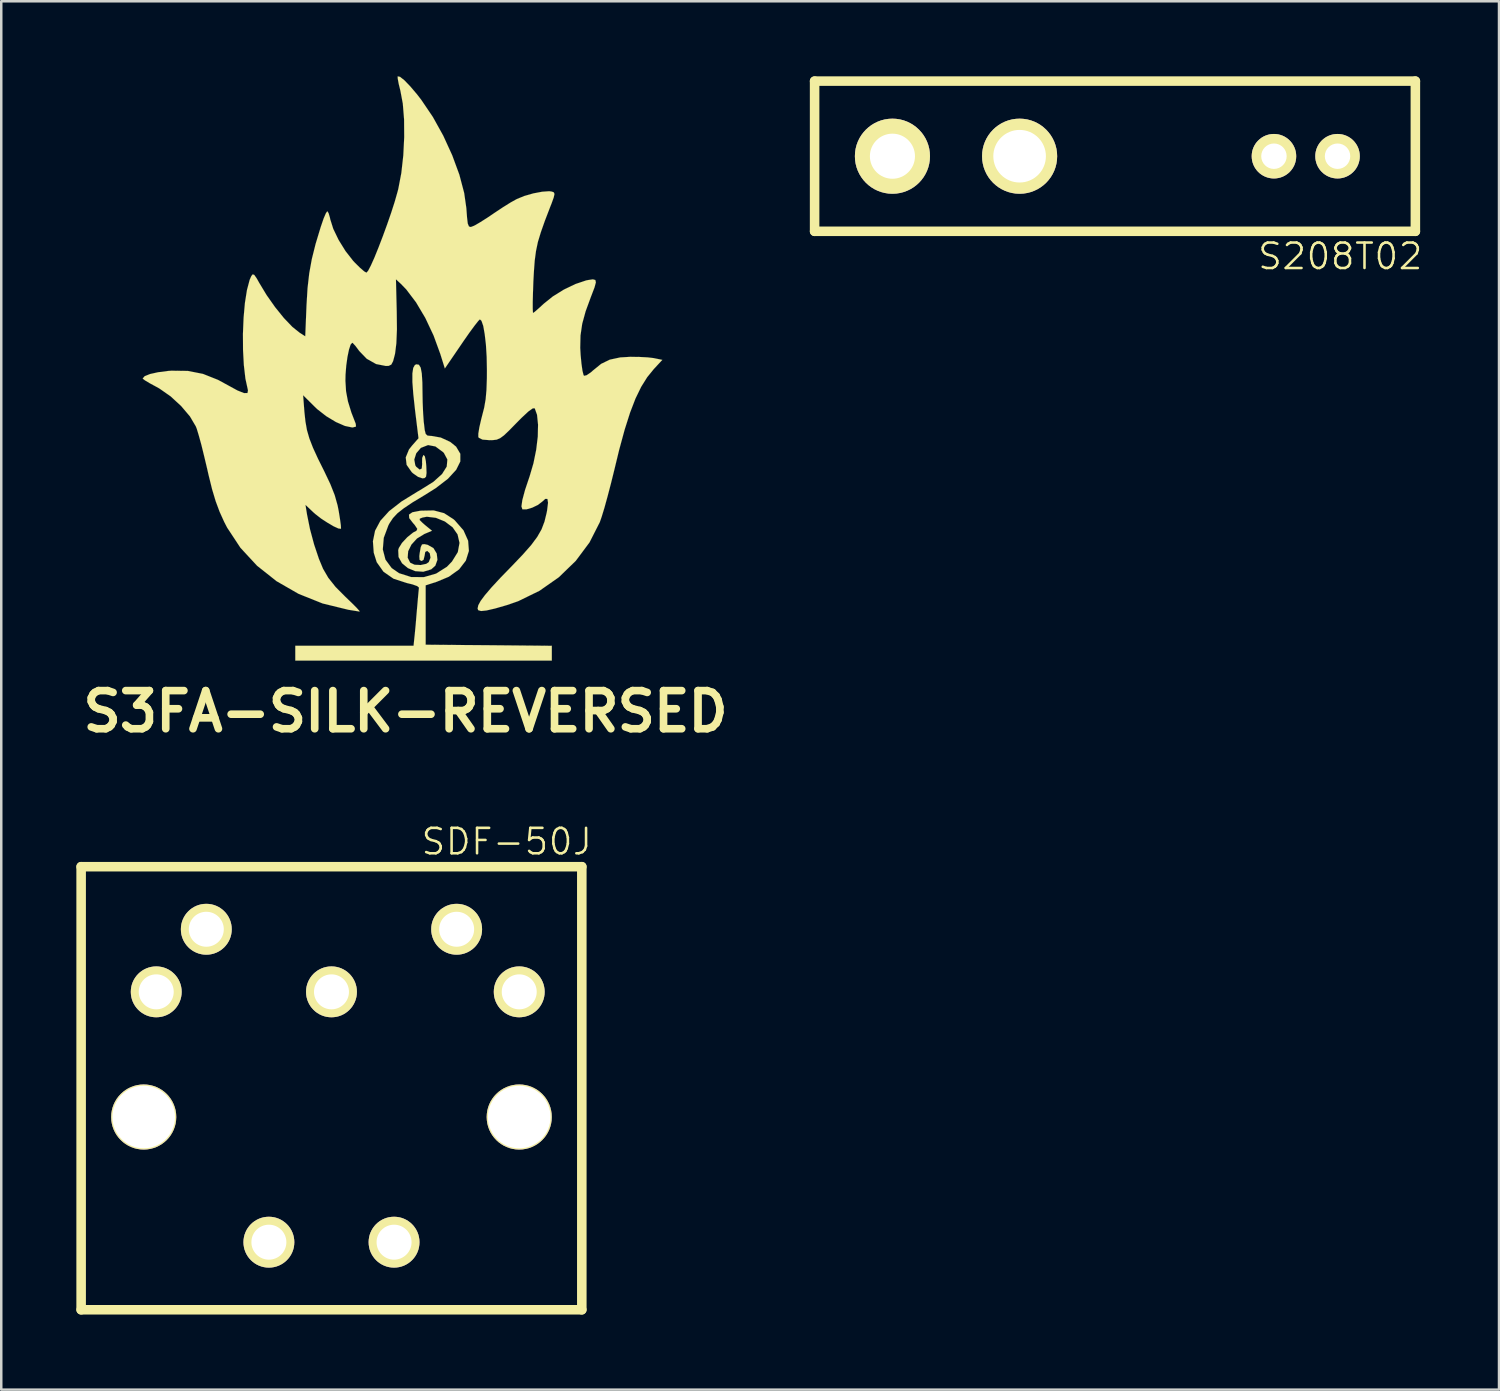
<source format=kicad_pcb>
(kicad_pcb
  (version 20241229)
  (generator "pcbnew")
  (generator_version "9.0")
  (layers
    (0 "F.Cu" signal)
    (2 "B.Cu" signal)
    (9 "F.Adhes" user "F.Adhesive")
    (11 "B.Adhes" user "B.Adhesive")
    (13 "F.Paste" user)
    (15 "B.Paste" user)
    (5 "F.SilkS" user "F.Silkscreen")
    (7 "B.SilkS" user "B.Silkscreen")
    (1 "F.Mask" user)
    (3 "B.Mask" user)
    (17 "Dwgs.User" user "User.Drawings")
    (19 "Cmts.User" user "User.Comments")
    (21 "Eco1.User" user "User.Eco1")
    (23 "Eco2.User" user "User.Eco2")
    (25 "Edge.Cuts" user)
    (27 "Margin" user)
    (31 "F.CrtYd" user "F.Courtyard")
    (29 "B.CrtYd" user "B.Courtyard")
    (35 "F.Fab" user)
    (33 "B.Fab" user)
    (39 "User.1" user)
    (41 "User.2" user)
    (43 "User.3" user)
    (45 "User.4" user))
  (footprint "SDF-50J"
    (layer "F.Cu")
    (at 10.191 40.57)
    (property "Reference" "SDF-50J" (at 7 -10 0) (layer "F.SilkS") (effects (font (size 1.016 1.016) (thickness 0.102))))
    (attr through_hole)
    (fp_line (start -10 -9) (end -10 8.7) (stroke (width 0.381) (type solid)) (layer "F.SilkS"))
    (fp_line (start -10 8.7) (end 10 8.7) (stroke (width 0.381) (type solid)) (layer "F.SilkS"))
    (fp_line (start 10 -9) (end -10 -9) (stroke (width 0.381) (type solid)) (layer "F.SilkS"))
    (fp_line (start 10 8.7) (end 10 -9) (stroke (width 0.381) (type solid)) (layer "F.SilkS"))
    (pad "1" thru_hole circle (at -5 -6.5) (size 2.032 2.032) (drill 1.397) (layers "*.Cu" "*.Mask" "F.SilkS"))
    (pad "2" thru_hole circle (at -7 -4) (size 2.032 2.032) (drill 1.397) (layers "*.Cu" "*.Mask" "F.SilkS"))
    (pad "3" thru_hole circle (at 0 -4) (size 2.032 2.032) (drill 1.397) (layers "*.Cu" "*.Mask" "F.SilkS"))
    (pad "4" thru_hole circle (at 5 -6.5) (size 2.032 2.032) (drill 1.397) (layers "*.Cu" "*.Mask" "F.SilkS"))
    (pad "5" thru_hole circle (at 7.5 -4) (size 2.032 2.032) (drill 1.397) (layers "*.Cu" "*.Mask" "F.SilkS"))
    (pad "6" thru_hole circle (at -2.5 6) (size 2.032 2.032) (drill 1.397) (layers "*.Cu" "*.Mask" "F.SilkS"))
    (pad "6" thru_hole circle (at 2.5 6) (size 2.032 2.032) (drill 1.397) (layers "*.Cu" "*.Mask" "F.SilkS"))
    (pad "HOLE" thru_hole circle (at -7.5 1) (size 2.6 2.6) (drill 2.5) (layers "*.Cu" "*.Mask" "F.SilkS"))
    (pad "HOLE" thru_hole circle (at 7.5 1) (size 2.6 2.6) (drill 2.5) (layers "*.Cu" "*.Mask" "F.SilkS")))
  (footprint "S3FA-SILK-REVERSED"
    (layer "F.Cu")
    (at 13.15 11.909)
    (property "Reference" "S3FA-SILK-REVERSED" (at 0 13.462 0) (layer "F.SilkS") (effects (font (size 1.524 1.524) (thickness 0.305))))
    (attr through_hole)
    (fp_poly (pts (xy 5.842 11.43) (xy 0.719 11.43) (xy -4.404 11.43) (xy -4.404 11.133) (xy -4.404 10.836) (xy -2.042 10.836) (xy 0.32 10.836) (xy 0.371 10.351) (xy 0.404 10.005) (xy 0.439 9.586) (xy 0.47 9.228) (xy 0.498 8.91) (xy 0.521 8.659) (xy 0.536 8.519) (xy 0.536 8.512) (xy 0.467 8.453) (xy 0.277 8.385) (xy 0.053 8.331) (xy -0.48 8.158) (xy -0.881 7.879) (xy -1.151 7.498) (xy -1.27 7.12) (xy -1.303 6.662) (xy -1.217 6.241) (xy -1.006 5.845) (xy -0.658 5.461) (xy -0.163 5.075) (xy 0.488 4.674) (xy 0.607 4.605) (xy 1.113 4.288) (xy 1.458 3.978) (xy 1.646 3.678) (xy 1.671 3.396) (xy 1.532 3.134) (xy 1.496 3.099) (xy 1.194 2.875) (xy 0.899 2.819) (xy 0.617 2.929) (xy 0.605 2.939) (xy 0.427 3.147) (xy 0.348 3.399) (xy 0.389 3.63) (xy 0.427 3.688) (xy 0.564 3.8) (xy 0.648 3.757) (xy 0.665 3.566) (xy 0.66 3.533) (xy 0.665 3.332) (xy 0.714 3.218) (xy 0.719 3.216) (xy 0.77 3.269) (xy 0.81 3.459) (xy 0.828 3.66) (xy 0.838 3.934) (xy 0.818 4.082) (xy 0.759 4.138) (xy 0.673 4.148) (xy 0.5 4.089) (xy 0.297 3.947) (xy 0.246 3.899) (xy 0.043 3.609) (xy 0.008 3.312) (xy 0.137 2.997) (xy 0.259 2.842) (xy 0.518 2.548) (xy 0.378 1.407) (xy 0.31 0.78) (xy 0.274 0.302) (xy 0.274 -0.041) (xy 0.307 -0.262) (xy 0.373 -0.378) (xy 0.432 -0.406) (xy 0.533 -0.389) (xy 0.605 -0.272) (xy 0.648 -0.043) (xy 0.671 0.323) (xy 0.676 0.686) (xy 0.683 1.105) (xy 0.701 1.537) (xy 0.726 1.897) (xy 0.732 1.933) (xy 0.765 2.22) (xy 0.805 2.375) (xy 0.876 2.441) (xy 1.001 2.454) (xy 1.029 2.454) (xy 1.407 2.52) (xy 1.781 2.692) (xy 2.019 2.883) (xy 2.187 3.167) (xy 2.187 3.475) (xy 2.022 3.807) (xy 1.692 4.166) (xy 1.199 4.544) (xy 0.749 4.826) (xy 0.277 5.11) (xy -0.071 5.344) (xy -0.323 5.542) (xy -0.503 5.735) (xy -0.64 5.941) (xy -0.686 6.027) (xy -0.871 6.525) (xy -0.909 6.988) (xy -0.803 7.396) (xy -0.556 7.732) (xy -0.259 7.938) (xy 0.226 8.092) (xy 0.732 8.095) (xy 1.219 7.955) (xy 1.654 7.681) (xy 1.854 7.473) (xy 2.088 7.097) (xy 2.156 6.728) (xy 2.078 6.388) (xy 1.88 6.104) (xy 1.572 5.872) (xy 1.212 5.725) (xy 0.851 5.682) (xy 0.676 5.715) (xy 0.569 5.758) (xy 0.564 5.814) (xy 0.673 5.923) (xy 0.772 6.01) (xy 1.057 6.243) (xy 0.754 6.37) (xy 0.457 6.551) (xy 0.234 6.795) (xy 0.104 7.061) (xy 0.084 7.318) (xy 0.185 7.518) (xy 0.361 7.6) (xy 0.605 7.612) (xy 0.828 7.564) (xy 0.927 7.496) (xy 0.998 7.318) (xy 0.968 7.14) (xy 0.866 7.046) (xy 0.785 7.089) (xy 0.762 7.231) (xy 0.719 7.404) (xy 0.64 7.45) (xy 0.561 7.407) (xy 0.551 7.257) (xy 0.566 7.132) (xy 0.607 6.896) (xy 0.658 6.789) (xy 0.752 6.777) (xy 0.881 6.805) (xy 1.113 6.934) (xy 1.245 7.153) (xy 1.273 7.404) (xy 1.189 7.638) (xy 1.026 7.783) (xy 0.709 7.879) (xy 0.386 7.856) (xy 0.094 7.734) (xy -0.14 7.541) (xy -0.279 7.292) (xy -0.292 7.013) (xy -0.267 6.929) (xy -0.14 6.726) (xy 0.071 6.5) (xy 0.302 6.314) (xy 0.439 6.241) (xy 0.47 6.167) (xy 0.363 6.007) (xy 0.3 5.936) (xy 0.147 5.738) (xy 0.137 5.598) (xy 0.274 5.504) (xy 0.572 5.446) (xy 0.622 5.441) (xy 1.125 5.431) (xy 1.539 5.54) (xy 1.91 5.779) (xy 1.963 5.824) (xy 2.314 6.226) (xy 2.499 6.64) (xy 2.53 7.048) (xy 2.408 7.435) (xy 2.139 7.785) (xy 1.727 8.08) (xy 1.247 8.28) (xy 0.803 8.423) (xy 0.803 9.609) (xy 0.803 10.795) (xy 3.322 10.815) (xy 5.842 10.838) (xy 5.842 11.133) (xy 5.842 11.43)) (stroke (width 0.003) (type solid)) (fill yes) (layer "F.SilkS"))
    (fp_poly (pts (xy 10.257 -0.584) (xy 9.916 -0.216) (xy 9.652 0.109) (xy 9.411 0.495) (xy 9.185 0.96) (xy 8.969 1.521) (xy 8.753 2.2) (xy 8.532 3.012) (xy 8.339 3.81) (xy 8.207 4.343) (xy 8.072 4.859) (xy 7.945 5.321) (xy 7.833 5.687) (xy 7.76 5.898) (xy 7.348 6.708) (xy 6.797 7.447) (xy 6.124 8.098) (xy 5.352 8.639) (xy 4.501 9.055) (xy 4.064 9.207) (xy 3.579 9.347) (xy 3.236 9.426) (xy 3.018 9.449) (xy 2.903 9.416) (xy 2.878 9.35) (xy 2.906 9.218) (xy 3 9.045) (xy 3.172 8.814) (xy 3.432 8.509) (xy 3.792 8.12) (xy 4.244 7.656) (xy 4.686 7.193) (xy 5.019 6.815) (xy 5.26 6.49) (xy 5.433 6.187) (xy 5.55 5.88) (xy 5.634 5.537) (xy 5.654 5.436) (xy 5.692 5.126) (xy 5.669 4.971) (xy 5.583 4.968) (xy 5.461 5.077) (xy 5.288 5.21) (xy 5.057 5.321) (xy 4.831 5.387) (xy 4.676 5.387) (xy 4.666 5.382) (xy 4.63 5.268) (xy 4.666 5.014) (xy 4.773 4.615) (xy 4.956 4.069) (xy 4.958 4.064) (xy 5.11 3.546) (xy 5.22 3.005) (xy 5.283 2.479) (xy 5.293 2.002) (xy 5.253 1.61) (xy 5.161 1.351) (xy 5.08 1.354) (xy 4.905 1.478) (xy 4.633 1.732) (xy 4.432 1.935) (xy 4.14 2.233) (xy 3.932 2.431) (xy 3.777 2.545) (xy 3.64 2.603) (xy 3.487 2.621) (xy 3.36 2.624) (xy 3.073 2.601) (xy 2.926 2.527) (xy 2.908 2.497) (xy 2.908 2.36) (xy 2.949 2.108) (xy 3.023 1.788) (xy 3.053 1.671) (xy 3.142 1.323) (xy 3.2 0.988) (xy 3.233 0.617) (xy 3.249 0.157) (xy 3.251 -0.17) (xy 3.241 -0.704) (xy 3.211 -1.194) (xy 3.162 -1.613) (xy 3.104 -1.941) (xy 3.033 -2.144) (xy 2.969 -2.202) (xy 2.903 -2.136) (xy 2.761 -1.956) (xy 2.56 -1.684) (xy 2.324 -1.346) (xy 2.24 -1.222) (xy 1.57 -0.241) (xy 1.389 -0.82) (xy 1.12 -1.557) (xy 0.79 -2.258) (xy 0.419 -2.883) (xy 0.028 -3.399) (xy -0.183 -3.617) (xy -0.384 -3.802) (xy -0.353 -2.52) (xy -0.345 -1.803) (xy -0.368 -1.245) (xy -0.417 -0.848) (xy -0.429 -0.79) (xy -0.498 -0.531) (xy -0.569 -0.396) (xy -0.673 -0.345) (xy -0.785 -0.34) (xy -1.176 -0.417) (xy -1.549 -0.627) (xy -1.849 -0.937) (xy -1.854 -0.945) (xy -1.996 -1.135) (xy -2.103 -1.252) (xy -2.131 -1.267) (xy -2.195 -1.194) (xy -2.261 -0.991) (xy -2.322 -0.696) (xy -2.37 -0.351) (xy -2.398 0.008) (xy -2.403 0.254) (xy -2.377 0.673) (xy -2.301 1.077) (xy -2.164 1.521) (xy -1.991 1.968) (xy -1.979 2.08) (xy -2.098 2.113) (xy -2.131 2.116) (xy -2.423 2.055) (xy -2.784 1.897) (xy -3.17 1.664) (xy -3.531 1.382) (xy -3.655 1.262) (xy -4.092 0.828) (xy -4.041 1.494) (xy -4 1.875) (xy -3.94 2.217) (xy -3.843 2.555) (xy -3.698 2.929) (xy -3.493 3.376) (xy -3.256 3.851) (xy -3.005 4.379) (xy -2.83 4.821) (xy -2.715 5.23) (xy -2.67 5.458) (xy -2.619 5.776) (xy -2.586 6.02) (xy -2.578 6.152) (xy -2.581 6.162) (xy -2.68 6.152) (xy -2.87 6.066) (xy -3.114 5.923) (xy -3.371 5.756) (xy -3.597 5.58) (xy -3.673 5.514) (xy -3.998 5.207) (xy -3.937 5.588) (xy -3.818 6.177) (xy -3.653 6.792) (xy -3.462 7.363) (xy -3.297 7.76) (xy -3.086 8.123) (xy -2.797 8.486) (xy -2.405 8.88) (xy -2.149 9.126) (xy -1.953 9.322) (xy -1.847 9.441) (xy -1.834 9.472) (xy -1.956 9.451) (xy -2.177 9.416) (xy -2.286 9.398) (xy -3.312 9.147) (xy -4.272 8.763) (xy -5.151 8.258) (xy -5.931 7.64) (xy -6.594 6.924) (xy -7.125 6.119) (xy -7.242 5.893) (xy -7.427 5.484) (xy -7.584 5.062) (xy -7.727 4.585) (xy -7.871 4.003) (xy -7.927 3.754) (xy -8.042 3.272) (xy -8.153 2.819) (xy -8.258 2.438) (xy -8.341 2.164) (xy -8.377 2.073) (xy -8.613 1.674) (xy -8.964 1.26) (xy -9.383 0.874) (xy -9.827 0.564) (xy -9.949 0.495) (xy -10.216 0.351) (xy -10.411 0.234) (xy -10.498 0.165) (xy -10.5 0.16) (xy -10.422 0.069) (xy -10.206 -0.018) (xy -9.886 -0.089) (xy -9.497 -0.14) (xy -9.35 -0.15) (xy -8.694 -0.142) (xy -8.092 -0.023) (xy -7.49 0.216) (xy -7.099 0.429) (xy -6.713 0.64) (xy -6.452 0.744) (xy -6.314 0.742) (xy -6.294 0.632) (xy -6.299 0.612) (xy -6.396 0.168) (xy -6.459 -0.378) (xy -6.492 -0.991) (xy -6.495 -1.631) (xy -6.469 -2.266) (xy -6.416 -2.86) (xy -6.335 -3.373) (xy -6.228 -3.777) (xy -6.162 -3.929) (xy -6.106 -4) (xy -6.043 -3.978) (xy -5.944 -3.835) (xy -5.847 -3.663) (xy -5.55 -3.17) (xy -5.212 -2.69) (xy -4.859 -2.253) (xy -4.521 -1.9) (xy -4.239 -1.674) (xy -4.006 -1.524) (xy -3.955 -2.774) (xy -3.914 -3.452) (xy -3.846 -4.046) (xy -3.744 -4.61) (xy -3.594 -5.21) (xy -3.386 -5.898) (xy -3.368 -5.949) (xy -3.272 -6.231) (xy -3.185 -6.434) (xy -3.129 -6.52) (xy -3.127 -6.52) (xy -3.076 -6.447) (xy -3.02 -6.261) (xy -3.01 -6.203) (xy -2.888 -5.817) (xy -2.675 -5.375) (xy -2.398 -4.928) (xy -2.09 -4.534) (xy -2.027 -4.468) (xy -1.819 -4.262) (xy -1.651 -4.117) (xy -1.562 -4.067) (xy -1.494 -4.143) (xy -1.384 -4.354) (xy -1.242 -4.671) (xy -1.082 -5.067) (xy -0.909 -5.517) (xy -0.737 -5.989) (xy -0.574 -6.459) (xy -0.432 -6.901) (xy -0.323 -7.285) (xy -0.29 -7.409) (xy -0.168 -8.047) (xy -0.089 -8.753) (xy -0.053 -9.482) (xy -0.058 -10.185) (xy -0.109 -10.82) (xy -0.206 -11.336) (xy -0.274 -11.613) (xy -0.312 -11.821) (xy -0.315 -11.908) (xy -0.221 -11.89) (xy -0.048 -11.753) (xy 0.183 -11.514) (xy 0.455 -11.194) (xy 0.635 -10.96) (xy 1.092 -10.284) (xy 1.506 -9.538) (xy 1.864 -8.755) (xy 2.149 -7.981) (xy 2.342 -7.249) (xy 2.428 -6.647) (xy 2.456 -6.269) (xy 2.484 -6.032) (xy 2.532 -5.913) (xy 2.606 -5.89) (xy 2.725 -5.936) (xy 2.786 -5.966) (xy 2.982 -6.081) (xy 3.259 -6.256) (xy 3.556 -6.457) (xy 3.571 -6.467) (xy 3.889 -6.678) (xy 4.201 -6.873) (xy 4.448 -7.01) (xy 4.75 -7.132) (xy 5.105 -7.234) (xy 5.456 -7.3) (xy 5.74 -7.32) (xy 5.845 -7.305) (xy 5.923 -7.275) (xy 5.949 -7.209) (xy 5.918 -7.071) (xy 5.832 -6.83) (xy 5.781 -6.703) (xy 5.563 -6.134) (xy 5.403 -5.679) (xy 5.286 -5.293) (xy 5.21 -4.93) (xy 5.159 -4.547) (xy 5.126 -4.1) (xy 5.105 -3.711) (xy 5.09 -3.274) (xy 5.08 -2.901) (xy 5.08 -2.626) (xy 5.088 -2.477) (xy 5.093 -2.456) (xy 5.169 -2.51) (xy 5.331 -2.652) (xy 5.522 -2.827) (xy 5.883 -3.117) (xy 6.325 -3.391) (xy 6.789 -3.614) (xy 7.214 -3.757) (xy 7.303 -3.774) (xy 7.483 -3.8) (xy 7.582 -3.774) (xy 7.602 -3.678) (xy 7.549 -3.48) (xy 7.424 -3.152) (xy 7.409 -3.114) (xy 7.193 -2.525) (xy 7.056 -2.024) (xy 6.988 -1.557) (xy 6.977 -1.067) (xy 6.993 -0.782) (xy 7.026 -0.434) (xy 7.066 -0.152) (xy 7.109 0.02) (xy 7.13 0.053) (xy 7.234 0.03) (xy 7.402 -0.084) (xy 7.478 -0.152) (xy 7.813 -0.424) (xy 8.158 -0.592) (xy 8.572 -0.681) (xy 8.959 -0.704) (xy 9.327 -0.701) (xy 9.672 -0.683) (xy 9.926 -0.653) (xy 9.931 -0.65) (xy 10.257 -0.584)) (stroke (width 0.003) (type solid)) (fill yes) (layer "F.SilkS")))
  (footprint "S208T02"
    (layer "F.Cu")
    (at 41.489 3.19)
    (property "Reference" "S208T02" (at 8.999 4 0) (layer "F.SilkS") (effects (font (size 1.016 1.016) (thickness 0.102))))
    (attr through_hole)
    (fp_line (start -11.999 -3) (end 11.999 -3) (stroke (width 0.381) (type solid)) (layer "F.SilkS"))
    (fp_line (start -11.999 3) (end -11.999 -3) (stroke (width 0.381) (type solid)) (layer "F.SilkS"))
    (fp_line (start 11.999 -3) (end 11.999 3) (stroke (width 0.381) (type solid)) (layer "F.SilkS"))
    (fp_line (start 11.999 3) (end -11.999 3) (stroke (width 0.381) (type solid)) (layer "F.SilkS"))
    (pad "1" thru_hole circle (at -8.89 0) (size 3 3) (drill 1.801) (layers "*.Cu" "*.Mask" "F.SilkS"))
    (pad "2" thru_hole circle (at -3.81 0) (size 3 3) (drill 2.101) (layers "*.Cu" "*.Mask" "F.SilkS"))
    (pad "3" thru_hole circle (at 6.35 0) (size 1.778 1.778) (drill 1.016) (layers "*.Cu" "*.Mask" "F.SilkS"))
    (pad "4" thru_hole circle (at 8.89 0) (size 1.778 1.778) (drill 1.016) (layers "*.Cu" "*.Mask" "F.SilkS")))
  (gr_rect
    (start -3 -3)
    (end 56.829 52.46)
    (stroke (width 0.1) (type default))
    (fill no)
    (layer "Edge.Cuts")))
</source>
